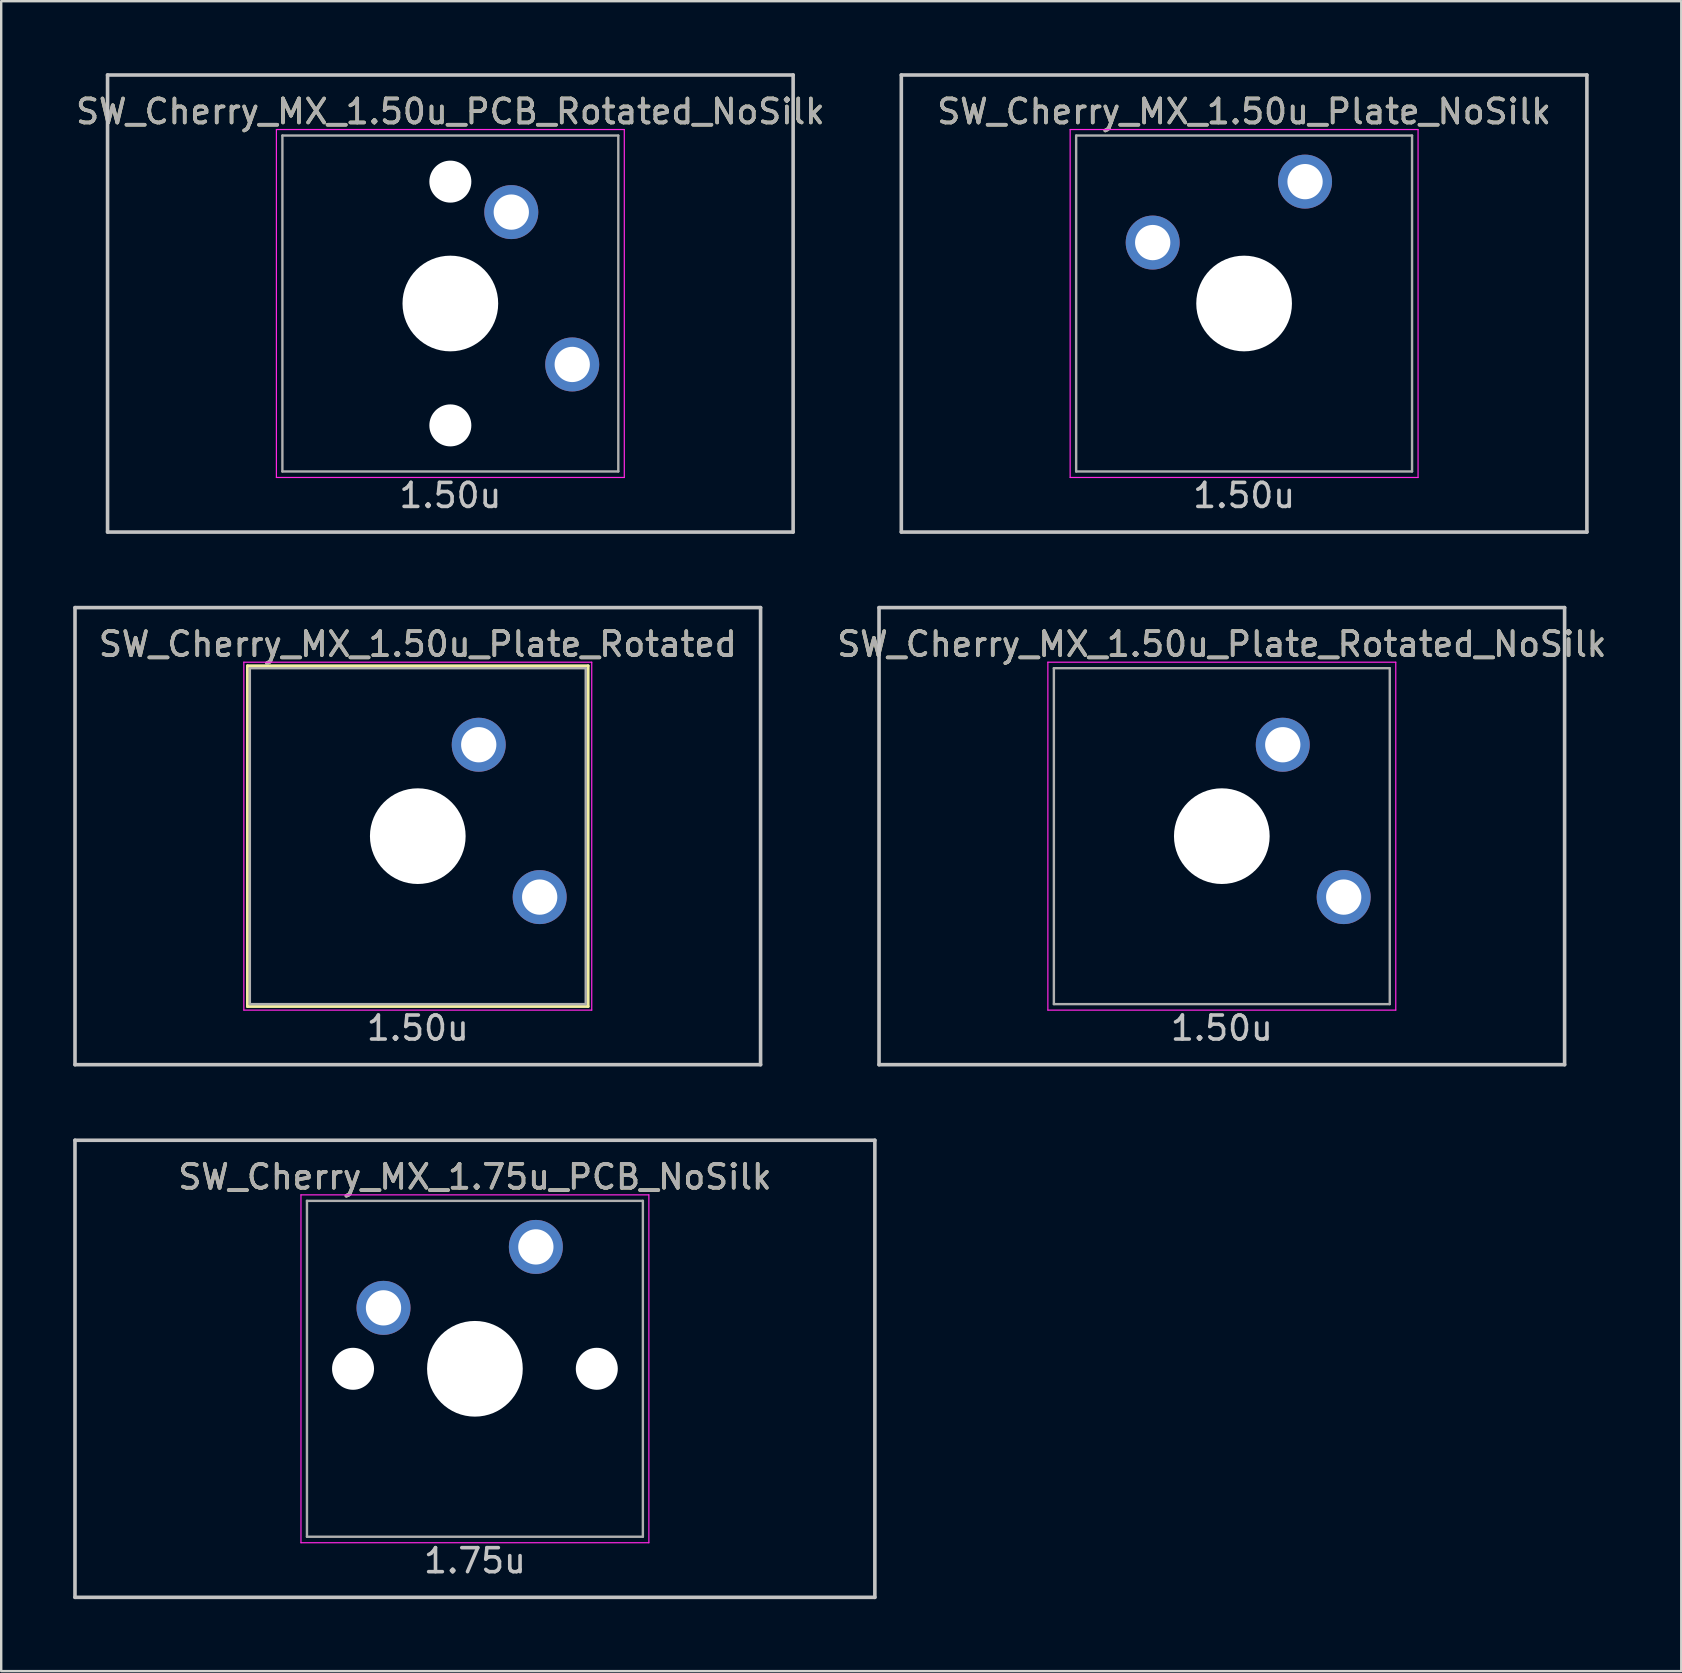
<source format=kicad_pcb>
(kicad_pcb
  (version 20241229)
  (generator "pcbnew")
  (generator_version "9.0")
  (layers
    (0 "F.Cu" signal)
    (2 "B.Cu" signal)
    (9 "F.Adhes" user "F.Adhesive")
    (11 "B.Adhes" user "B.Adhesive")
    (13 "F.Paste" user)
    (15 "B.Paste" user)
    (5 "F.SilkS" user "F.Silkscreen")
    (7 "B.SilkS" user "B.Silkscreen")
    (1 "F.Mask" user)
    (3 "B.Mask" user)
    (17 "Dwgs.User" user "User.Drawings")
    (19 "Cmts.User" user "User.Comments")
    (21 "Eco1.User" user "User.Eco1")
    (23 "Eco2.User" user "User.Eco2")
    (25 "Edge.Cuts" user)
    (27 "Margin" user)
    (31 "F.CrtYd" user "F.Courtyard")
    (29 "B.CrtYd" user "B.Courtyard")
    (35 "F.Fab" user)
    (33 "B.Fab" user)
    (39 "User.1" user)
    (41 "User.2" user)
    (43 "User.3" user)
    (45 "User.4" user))
  (footprint "SW_Cherry_MX_1.50u_Plate_Rotated"
    (layer "F.Cu")
    (at 14.363 31.8)
    (property "Reference" "SW_Cherry_MX_1.50u_Plate_Rotated" (at 0 -8 0) (layer "F.SilkS") (effects (font (size 1 1) (thickness 0.15))))
    (attr through_hole)
    (fp_line (start -7.1 -7.1) (end 7.1 -7.1) (stroke (width 0.12) (type solid)) (layer "F.SilkS"))
    (fp_line (start -7.1 7.1) (end -7.1 -7.1) (stroke (width 0.12) (type solid)) (layer "F.SilkS"))
    (fp_line (start 7.1 -7.1) (end 7.1 7.1) (stroke (width 0.12) (type solid)) (layer "F.SilkS"))
    (fp_line (start 7.1 7.1) (end -7.1 7.1) (stroke (width 0.12) (type solid)) (layer "F.SilkS"))
    (fp_line (start -14.287 -9.525) (end -14.287 9.525) (stroke (width 0.15) (type solid)) (layer "Dwgs.User"))
    (fp_line (start -14.287 -9.525) (end 14.287 -9.525) (stroke (width 0.15) (type solid)) (layer "Dwgs.User"))
    (fp_line (start -14.287 9.525) (end 14.287 9.525) (stroke (width 0.15) (type solid)) (layer "Dwgs.User"))
    (fp_line (start 14.287 -9.525) (end 14.287 9.525) (stroke (width 0.15) (type solid)) (layer "Dwgs.User"))
    (fp_line (start -7.25 -7.25) (end 7.25 -7.25) (stroke (width 0.05) (type solid)) (layer "F.CrtYd"))
    (fp_line (start -7.25 7.25) (end -7.25 -7.25) (stroke (width 0.05) (type solid)) (layer "F.CrtYd"))
    (fp_line (start 7.25 -7.25) (end 7.25 7.25) (stroke (width 0.05) (type solid)) (layer "F.CrtYd"))
    (fp_line (start 7.25 7.25) (end -7.25 7.25) (stroke (width 0.05) (type solid)) (layer "F.CrtYd"))
    (fp_line (start -7 -7) (end 7 -7) (stroke (width 0.1) (type solid)) (layer "F.Fab"))
    (fp_line (start -7 7) (end -7 -7) (stroke (width 0.1) (type solid)) (layer "F.Fab"))
    (fp_line (start 7 -7) (end 7 7) (stroke (width 0.1) (type solid)) (layer "F.Fab"))
    (fp_line (start 7 7) (end -7 7) (stroke (width 0.1) (type solid)) (layer "F.Fab"))
    (fp_text user "1.50u" (at 0 8 0) (layer "Dwgs.User") (effects (font (size 1 1) (thickness 0.15))))
    (fp_text user "${REFERENCE}" (at 0 -8 0) (layer "F.Fab") (effects (font (size 1 1) (thickness 0.15))))
    (pad "" np_thru_hole circle (at 0 0 270) (size 3.988 3.988) (drill 3.988) (layers "*.Cu" "*.Mask"))
    (pad "1" thru_hole circle (at 2.54 -3.81 270) (size 2.25 2.25) (drill 1.47) (layers "*.Cu" "B.Mask"))
    (pad "2" thru_hole circle (at 5.08 2.54 270) (size 2.25 2.25) (drill 1.47) (layers "*.Cu" "B.Mask")))
  (footprint "SW_Cherry_MX_1.50u_PCB_Rotated_NoSilk"
    (layer "F.Cu")
    (at 15.72 9.6)
    (property "Reference" "SW_Cherry_MX_1.50u_PCB_Rotated_NoSilk" (at 0 -8 0) (layer "F.SilkS") (effects (font (size 1 1) (thickness 0.15))))
    (attr through_hole)
    (fp_line (start -14.287 -9.525) (end -14.287 9.525) (stroke (width 0.15) (type solid)) (layer "Dwgs.User"))
    (fp_line (start -14.287 -9.525) (end 14.287 -9.525) (stroke (width 0.15) (type solid)) (layer "Dwgs.User"))
    (fp_line (start -14.287 9.525) (end 14.287 9.525) (stroke (width 0.15) (type solid)) (layer "Dwgs.User"))
    (fp_line (start 14.287 -9.525) (end 14.287 9.525) (stroke (width 0.15) (type solid)) (layer "Dwgs.User"))
    (fp_line (start -7.25 -7.25) (end 7.25 -7.25) (stroke (width 0.05) (type solid)) (layer "F.CrtYd"))
    (fp_line (start -7.25 7.25) (end -7.25 -7.25) (stroke (width 0.05) (type solid)) (layer "F.CrtYd"))
    (fp_line (start 7.25 -7.25) (end 7.25 7.25) (stroke (width 0.05) (type solid)) (layer "F.CrtYd"))
    (fp_line (start 7.25 7.25) (end -7.25 7.25) (stroke (width 0.05) (type solid)) (layer "F.CrtYd"))
    (fp_line (start -7 -7) (end 7 -7) (stroke (width 0.1) (type solid)) (layer "F.Fab"))
    (fp_line (start -7 7) (end -7 -7) (stroke (width 0.1) (type solid)) (layer "F.Fab"))
    (fp_line (start 7 -7) (end 7 7) (stroke (width 0.1) (type solid)) (layer "F.Fab"))
    (fp_line (start 7 7) (end -7 7) (stroke (width 0.1) (type solid)) (layer "F.Fab"))
    (fp_text user "1.50u" (at 0 8 0) (layer "Dwgs.User") (effects (font (size 1 1) (thickness 0.15))))
    (fp_text user "${REFERENCE}" (at 0 -8 0) (layer "F.Fab") (effects (font (size 1 1) (thickness 0.15))))
    (pad "" np_thru_hole circle (at 0 -5.08 318.1) (size 1.75 1.75) (drill 1.75) (layers "*.Cu" "*.Mask"))
    (pad "" np_thru_hole circle (at 0 0 270) (size 3.988 3.988) (drill 3.988) (layers "*.Cu" "*.Mask"))
    (pad "" np_thru_hole circle (at 0 5.08 318.1) (size 1.75 1.75) (drill 1.75) (layers "*.Cu" "*.Mask"))
    (pad "1" thru_hole circle (at 2.54 -3.81 270) (size 2.25 2.25) (drill 1.47) (layers "*.Cu" "B.Mask"))
    (pad "2" thru_hole circle (at 5.08 2.54 270) (size 2.25 2.25) (drill 1.47) (layers "*.Cu" "B.Mask")))
  (footprint "SW_Cherry_MX_1.50u_Plate_NoSilk"
    (layer "F.Cu")
    (at 48.803 9.6)
    (property "Reference" "SW_Cherry_MX_1.50u_Plate_NoSilk" (at 0 -8 0) (layer "F.SilkS") (effects (font (size 1 1) (thickness 0.15))))
    (attr through_hole)
    (fp_line (start -14.287 -9.525) (end 14.287 -9.525) (stroke (width 0.15) (type solid)) (layer "Dwgs.User"))
    (fp_line (start -14.287 9.525) (end -14.287 -9.525) (stroke (width 0.15) (type solid)) (layer "Dwgs.User"))
    (fp_line (start -14.287 9.525) (end 14.287 9.525) (stroke (width 0.15) (type solid)) (layer "Dwgs.User"))
    (fp_line (start 14.287 -9.525) (end 14.287 9.525) (stroke (width 0.15) (type solid)) (layer "Dwgs.User"))
    (fp_line (start -7.25 -7.25) (end 7.25 -7.25) (stroke (width 0.05) (type solid)) (layer "F.CrtYd"))
    (fp_line (start -7.25 7.25) (end -7.25 -7.25) (stroke (width 0.05) (type solid)) (layer "F.CrtYd"))
    (fp_line (start 7.25 -7.25) (end 7.25 7.25) (stroke (width 0.05) (type solid)) (layer "F.CrtYd"))
    (fp_line (start 7.25 7.25) (end -7.25 7.25) (stroke (width 0.05) (type solid)) (layer "F.CrtYd"))
    (fp_line (start -7 -7) (end 7 -7) (stroke (width 0.1) (type solid)) (layer "F.Fab"))
    (fp_line (start -7 7) (end -7 -7) (stroke (width 0.1) (type solid)) (layer "F.Fab"))
    (fp_line (start 7 -7) (end 7 7) (stroke (width 0.1) (type solid)) (layer "F.Fab"))
    (fp_line (start 7 7) (end -7 7) (stroke (width 0.1) (type solid)) (layer "F.Fab"))
    (fp_text user "1.50u" (at 0 8 0) (layer "Dwgs.User") (effects (font (size 1 1) (thickness 0.15))))
    (fp_text user "${REFERENCE}" (at 0 -8 0) (layer "F.Fab") (effects (font (size 1 1) (thickness 0.15))))
    (pad "" np_thru_hole circle (at 0 0) (size 3.988 3.988) (drill 3.988) (layers "*.Cu" "*.Mask"))
    (pad "1" thru_hole circle (at -3.81 -2.54) (size 2.25 2.25) (drill 1.47) (layers "*.Cu" "B.Mask"))
    (pad "2" thru_hole circle (at 2.54 -5.08) (size 2.25 2.25) (drill 1.47) (layers "*.Cu" "B.Mask")))
  (footprint "SW_Cherry_MX_1.75u_PCB_NoSilk"
    (layer "F.Cu")
    (at 16.744 54)
    (property "Reference" "SW_Cherry_MX_1.75u_PCB_NoSilk" (at 0 -8 0) (layer "F.SilkS") (effects (font (size 1 1) (thickness 0.15))))
    (attr through_hole)
    (fp_line (start -16.669 -9.525) (end 16.669 -9.525) (stroke (width 0.15) (type solid)) (layer "Dwgs.User"))
    (fp_line (start -16.669 9.525) (end -16.669 -9.525) (stroke (width 0.15) (type solid)) (layer "Dwgs.User"))
    (fp_line (start -16.669 9.525) (end 16.669 9.525) (stroke (width 0.15) (type solid)) (layer "Dwgs.User"))
    (fp_line (start 16.669 -9.525) (end 16.669 9.525) (stroke (width 0.15) (type solid)) (layer "Dwgs.User"))
    (fp_line (start -7.25 -7.25) (end 7.25 -7.25) (stroke (width 0.05) (type solid)) (layer "F.CrtYd"))
    (fp_line (start -7.25 7.25) (end -7.25 -7.25) (stroke (width 0.05) (type solid)) (layer "F.CrtYd"))
    (fp_line (start 7.25 -7.25) (end 7.25 7.25) (stroke (width 0.05) (type solid)) (layer "F.CrtYd"))
    (fp_line (start 7.25 7.25) (end -7.25 7.25) (stroke (width 0.05) (type solid)) (layer "F.CrtYd"))
    (fp_line (start -7 -7) (end 7 -7) (stroke (width 0.1) (type solid)) (layer "F.Fab"))
    (fp_line (start -7 7) (end -7 -7) (stroke (width 0.1) (type solid)) (layer "F.Fab"))
    (fp_line (start 7 -7) (end 7 7) (stroke (width 0.1) (type solid)) (layer "F.Fab"))
    (fp_line (start 7 7) (end -7 7) (stroke (width 0.1) (type solid)) (layer "F.Fab"))
    (fp_text user "1.75u" (at 0 8 0) (layer "Dwgs.User") (effects (font (size 1 1) (thickness 0.15))))
    (fp_text user "${REFERENCE}" (at 0 -8 0) (layer "F.Fab") (effects (font (size 1 1) (thickness 0.15))))
    (pad "" np_thru_hole circle (at -5.08 0 48.1) (size 1.75 1.75) (drill 1.75) (layers "*.Cu" "*.Mask"))
    (pad "" np_thru_hole circle (at 0 0) (size 3.988 3.988) (drill 3.988) (layers "*.Cu" "*.Mask"))
    (pad "" np_thru_hole circle (at 5.08 0 48.1) (size 1.75 1.75) (drill 1.75) (layers "*.Cu" "*.Mask"))
    (pad "1" thru_hole circle (at -3.81 -2.54) (size 2.25 2.25) (drill 1.47) (layers "*.Cu" "B.Mask"))
    (pad "2" thru_hole circle (at 2.54 -5.08) (size 2.25 2.25) (drill 1.47) (layers "*.Cu" "B.Mask")))
  (footprint "SW_Cherry_MX_1.50u_Plate_Rotated_NoSilk"
    (layer "F.Cu")
    (at 47.874 31.8)
    (property "Reference" "SW_Cherry_MX_1.50u_Plate_Rotated_NoSilk" (at 0 -8 0) (layer "F.SilkS") (effects (font (size 1 1) (thickness 0.15))))
    (attr through_hole)
    (fp_line (start -14.287 -9.525) (end -14.287 9.525) (stroke (width 0.15) (type solid)) (layer "Dwgs.User"))
    (fp_line (start -14.287 -9.525) (end 14.287 -9.525) (stroke (width 0.15) (type solid)) (layer "Dwgs.User"))
    (fp_line (start -14.287 9.525) (end 14.287 9.525) (stroke (width 0.15) (type solid)) (layer "Dwgs.User"))
    (fp_line (start 14.287 -9.525) (end 14.287 9.525) (stroke (width 0.15) (type solid)) (layer "Dwgs.User"))
    (fp_line (start -7.25 -7.25) (end 7.25 -7.25) (stroke (width 0.05) (type solid)) (layer "F.CrtYd"))
    (fp_line (start -7.25 7.25) (end -7.25 -7.25) (stroke (width 0.05) (type solid)) (layer "F.CrtYd"))
    (fp_line (start 7.25 -7.25) (end 7.25 7.25) (stroke (width 0.05) (type solid)) (layer "F.CrtYd"))
    (fp_line (start 7.25 7.25) (end -7.25 7.25) (stroke (width 0.05) (type solid)) (layer "F.CrtYd"))
    (fp_line (start -7 -7) (end 7 -7) (stroke (width 0.1) (type solid)) (layer "F.Fab"))
    (fp_line (start -7 7) (end -7 -7) (stroke (width 0.1) (type solid)) (layer "F.Fab"))
    (fp_line (start 7 -7) (end 7 7) (stroke (width 0.1) (type solid)) (layer "F.Fab"))
    (fp_line (start 7 7) (end -7 7) (stroke (width 0.1) (type solid)) (layer "F.Fab"))
    (fp_text user "1.50u" (at 0 8 0) (layer "Dwgs.User") (effects (font (size 1 1) (thickness 0.15))))
    (fp_text user "${REFERENCE}" (at 0 -8 0) (layer "F.Fab") (effects (font (size 1 1) (thickness 0.15))))
    (pad "" np_thru_hole circle (at 0 0 270) (size 3.988 3.988) (drill 3.988) (layers "*.Cu" "*.Mask"))
    (pad "1" thru_hole circle (at 2.54 -3.81 270) (size 2.25 2.25) (drill 1.47) (layers "*.Cu" "B.Mask"))
    (pad "2" thru_hole circle (at 5.08 2.54 270) (size 2.25 2.25) (drill 1.47) (layers "*.Cu" "B.Mask")))
  (gr_rect
    (start -3 -3)
    (end 67.023 66.6)
    (stroke (width 0.1) (type default))
    (fill no)
    (layer "Edge.Cuts")))
</source>
